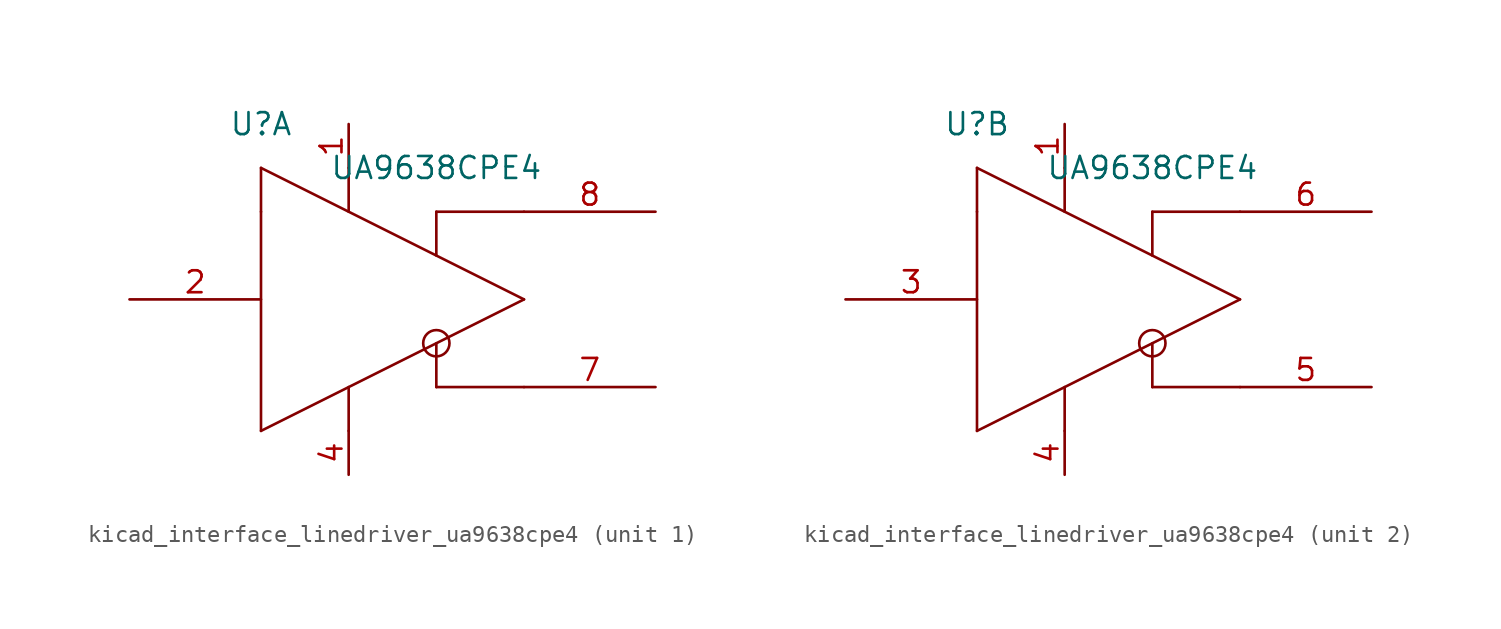
<source format=kicad_sym>
(kicad_symbol_lib
  (version 20220914)
  (generator kicad_symbol_editor)
  (symbol "kicad_interface_linedriver_ua9638cpe4"
    (pin_names
      (offset 1.016) hide)
    (property "Reference" "U"
      (at -7.62 10.16 0)
      (effects (font (size 1.27 1.27))))
    (property "Value" "UA9638CPE4"
      (at 2.54 7.62 0)
      (effects (font (size 1.27 1.27))))
    (symbol "kicad_interface_linedriver_ua9638cpe4_0_1"
      (polyline (pts (xy -7.62 5.08) (xy -7.62 -7.62)) (stroke (width 0) (type default)) (fill (type none)))
      (polyline (pts (xy -7.62 5.08) (xy -7.62 7.62)) (stroke (width 0) (type default)) (fill (type none)))
      (polyline (pts (xy -7.62 7.62) (xy 7.62 0)) (stroke (width 0) (type default)) (fill (type none)))
      (polyline (pts (xy -2.54 -5.08) (xy -2.54 -7.62)) (stroke (width 0) (type default)) (fill (type none)))
      (polyline (pts (xy -2.54 5.08) (xy -2.54 7.62)) (stroke (width 0) (type default)) (fill (type none)))
      (polyline (pts (xy 2.54 -5.08) (xy 7.62 -5.08)) (stroke (width 0) (type default)) (fill (type none)))
      (polyline (pts (xy 2.54 -2.54) (xy 2.54 -5.08)) (stroke (width 0) (type default)) (fill (type none)))
      (polyline (pts (xy 2.54 5.08) (xy 2.54 2.54)) (stroke (width 0) (type default)) (fill (type none)))
      (polyline (pts (xy 7.62 0) (xy -7.62 -7.62)) (stroke (width 0) (type default)) (fill (type none)))
      (polyline (pts (xy 7.62 5.08) (xy 2.54 5.08)) (stroke (width 0) (type default)) (fill (type none)))
      (circle (center 2.54 -2.54) (radius 0.762) (stroke (width 0) (type default)) (fill (type none))))
    (symbol "kicad_interface_linedriver_ua9638cpe4_1_1"
      (pin power_in line (at -2.54 10.16 270) (length 2.54) (name "VCC" (effects (font (size 1.27 1.27)))) (number "1" (effects (font (size 1.27 1.27)))))
      (pin input line (at -15.24 0 0) (length 7.62) (name "IN" (effects (font (size 1.27 1.27)))) (number "2" (effects (font (size 1.27 1.27)))))
      (pin power_in line (at -2.54 -10.16 90) (length 2.54) (name "GND" (effects (font (size 1.27 1.27)))) (number "4" (effects (font (size 1.27 1.27)))))
      (pin output line (at 15.24 -5.08 180) (length 7.62) (name "OUTA" (effects (font (size 1.27 1.27)))) (number "7" (effects (font (size 1.27 1.27)))))
      (pin output line (at 15.24 5.08 180) (length 7.62) (name "OUTB" (effects (font (size 1.27 1.27)))) (number "8" (effects (font (size 1.27 1.27))))))
    (symbol "kicad_interface_linedriver_ua9638cpe4_2_1"
      (pin power_in line (at -2.54 10.16 270) (length 2.54) (name "VCC" (effects (font (size 1.27 1.27)))) (number "1" (effects (font (size 1.27 1.27)))))
      (pin input line (at -15.24 0 0) (length 7.62) (name "IN" (effects (font (size 1.27 1.27)))) (number "3" (effects (font (size 1.27 1.27)))))
      (pin power_in line (at -2.54 -10.16 90) (length 2.54) (name "GND" (effects (font (size 1.27 1.27)))) (number "4" (effects (font (size 1.27 1.27)))))
      (pin output line (at 15.24 -5.08 180) (length 7.62) (name "OUTA" (effects (font (size 1.27 1.27)))) (number "5" (effects (font (size 1.27 1.27)))))
      (pin output line (at 15.24 5.08 180) (length 7.62) (name "OUTB" (effects (font (size 1.27 1.27)))) (number "6" (effects (font (size 1.27 1.27))))))))
</source>
